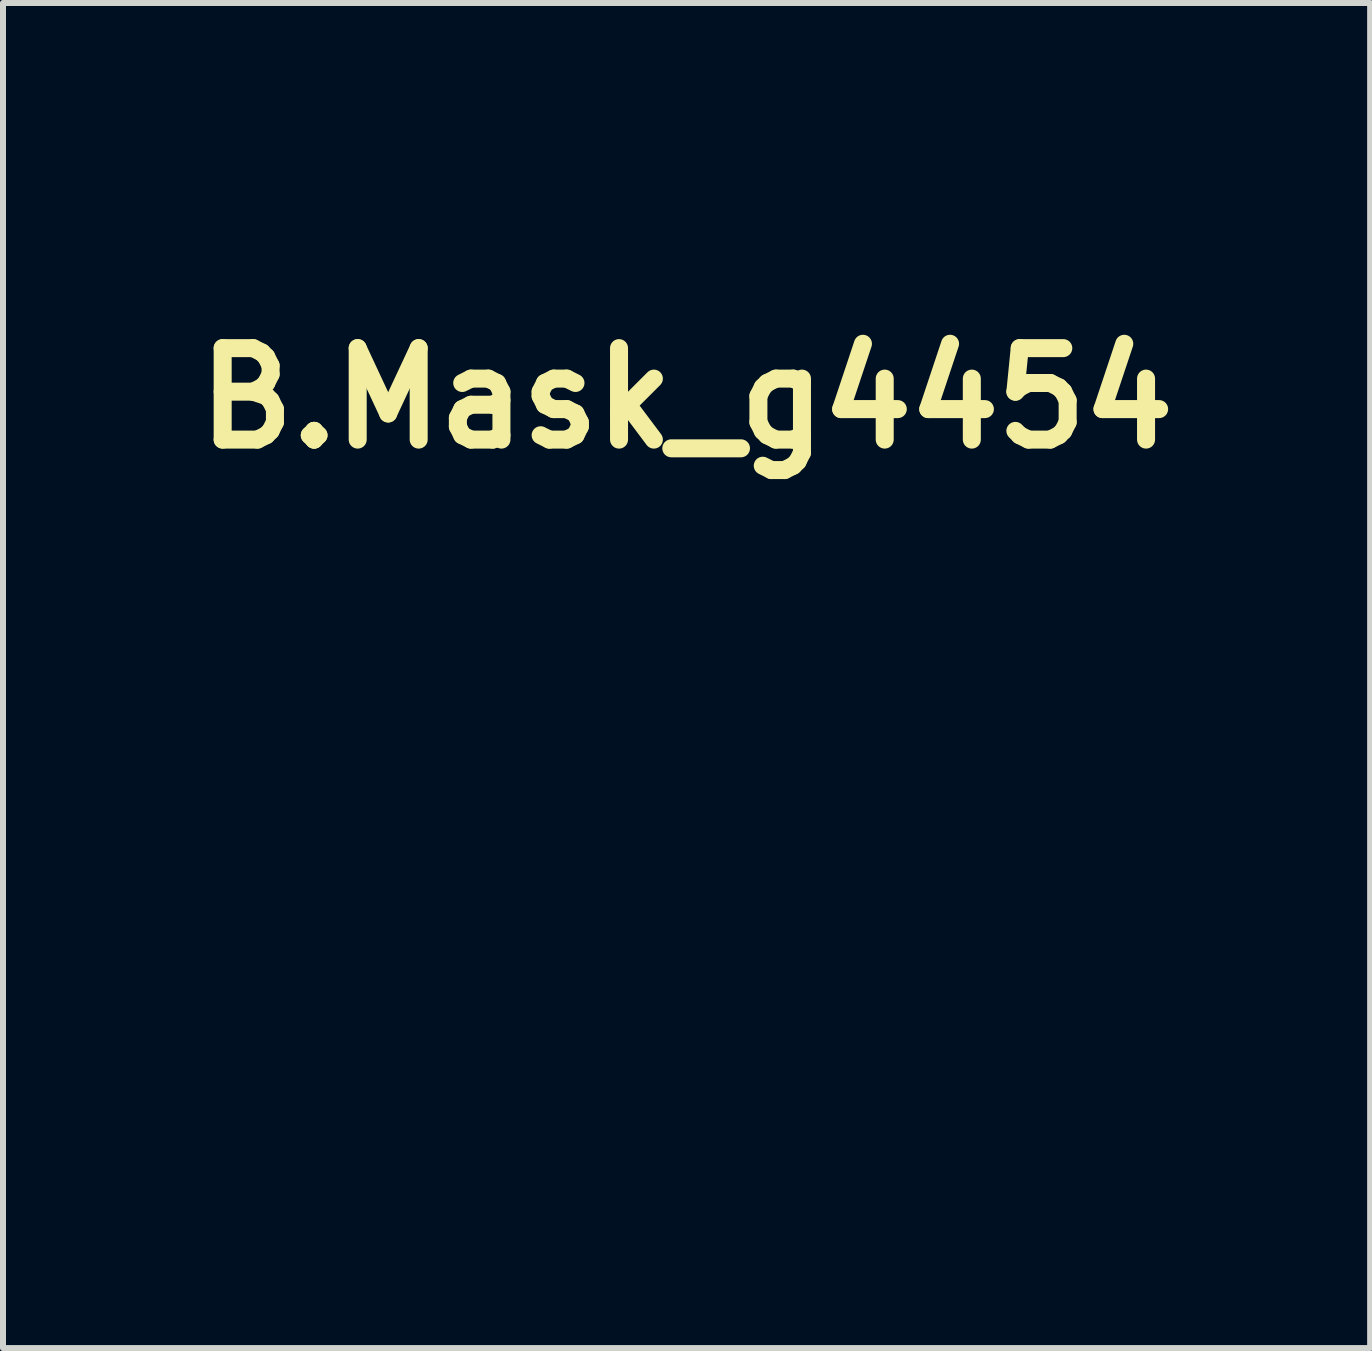
<source format=kicad_pcb>
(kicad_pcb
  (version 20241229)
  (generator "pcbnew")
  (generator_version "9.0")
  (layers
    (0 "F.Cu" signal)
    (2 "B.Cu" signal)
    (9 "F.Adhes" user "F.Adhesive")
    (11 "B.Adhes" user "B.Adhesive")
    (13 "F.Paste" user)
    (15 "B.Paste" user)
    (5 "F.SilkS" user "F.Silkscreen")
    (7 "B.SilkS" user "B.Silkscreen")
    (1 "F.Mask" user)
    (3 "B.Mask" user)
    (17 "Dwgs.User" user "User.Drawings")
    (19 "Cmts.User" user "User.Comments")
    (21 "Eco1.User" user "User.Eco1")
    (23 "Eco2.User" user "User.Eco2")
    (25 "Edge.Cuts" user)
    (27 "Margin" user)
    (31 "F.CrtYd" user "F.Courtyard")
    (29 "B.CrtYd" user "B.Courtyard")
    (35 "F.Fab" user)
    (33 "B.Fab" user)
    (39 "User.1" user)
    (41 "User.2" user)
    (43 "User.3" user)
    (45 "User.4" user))
  (footprint "B.Mask_g4454"
    (layer "F.Cu")
    (at 8.389 3.585)
    (property "Reference" "B.Mask_g4454" (at 0 0 0) (layer "F.SilkS") (effects (font (size 1.524 1.524) (thickness 0.3))))
    (attr through_hole)
    (fp_poly (pts (xy -0.172 -1.649) (xy -0.153 -1.639) (xy -0.148 -1.619) (xy -0.148 -1.617) (xy -0.16 -1.573) (xy -0.193 -1.503) (xy -0.241 -1.416) (xy -0.3 -1.318) (xy -0.366 -1.217) (xy -0.432 -1.119) (xy -0.496 -1.033) (xy -0.551 -0.966) (xy -0.593 -0.924) (xy -0.608 -0.915) (xy -0.636 -0.925) (xy -0.679 -0.959) (xy -0.708 -0.988) (xy -0.765 -1.061) (xy -0.82 -1.152) (xy -0.869 -1.248) (xy -0.903 -1.335) (xy -0.914 -1.385) (xy -0.911 -1.433) (xy -0.883 -1.471) (xy -0.852 -1.494) (xy -0.784 -1.529) (xy -0.686 -1.564) (xy -0.57 -1.597) (xy -0.447 -1.624) (xy -0.33 -1.642) (xy -0.291 -1.646) (xy -0.215 -1.651) (xy -0.172 -1.649)) (stroke (width 0.01) (type solid)) (fill yes) (layer "B.Mask"))
    (fp_poly (pts (xy 2.343 -2.579) (xy 2.346 -2.557) (xy 2.336 -2.52) (xy 2.31 -2.46) (xy 2.267 -2.372) (xy 2.254 -2.347) (xy 2.192 -2.229) (xy 2.12 -2.102) (xy 2.043 -1.973) (xy 1.964 -1.845) (xy 1.886 -1.726) (xy 1.813 -1.618) (xy 1.748 -1.529) (xy 1.695 -1.463) (xy 1.657 -1.425) (xy 1.642 -1.418) (xy 1.608 -1.433) (xy 1.584 -1.455) (xy 1.551 -1.501) (xy 1.502 -1.58) (xy 1.439 -1.686) (xy 1.366 -1.815) (xy 1.314 -1.909) (xy 1.226 -2.073) (xy 1.317 -2.14) (xy 1.377 -2.179) (xy 1.464 -2.228) (xy 1.569 -2.282) (xy 1.686 -2.339) (xy 1.81 -2.397) (xy 1.934 -2.452) (xy 2.051 -2.502) (xy 2.156 -2.544) (xy 2.242 -2.574) (xy 2.302 -2.591) (xy 2.33 -2.592) (xy 2.343 -2.579)) (stroke (width 0.01) (type solid)) (fill yes) (layer "B.Mask"))
    (fp_poly (pts (xy -6.796 -1.584) (xy -6.704 -1.572) (xy -6.577 -1.553) (xy -6.53 -1.545) (xy -6.342 -1.513) (xy -6.192 -1.484) (xy -6.077 -1.458) (xy -5.993 -1.434) (xy -5.935 -1.409) (xy -5.901 -1.384) (xy -5.886 -1.357) (xy -5.884 -1.343) (xy -5.895 -1.298) (xy -5.923 -1.226) (xy -5.965 -1.135) (xy -6.017 -1.031) (xy -6.076 -0.923) (xy -6.136 -0.817) (xy -6.195 -0.72) (xy -6.247 -0.639) (xy -6.29 -0.583) (xy -6.319 -0.557) (xy -6.32 -0.556) (xy -6.342 -0.569) (xy -6.38 -0.61) (xy -6.427 -0.672) (xy -6.449 -0.703) (xy -6.541 -0.841) (xy -6.63 -0.981) (xy -6.712 -1.117) (xy -6.785 -1.245) (xy -6.845 -1.357) (xy -6.89 -1.45) (xy -6.916 -1.516) (xy -6.921 -1.544) (xy -6.916 -1.567) (xy -6.897 -1.581) (xy -6.859 -1.586) (xy -6.796 -1.584)) (stroke (width 0.01) (type solid)) (fill yes) (layer "B.Mask"))
    (fp_poly (pts (xy -3.422 -1.246) (xy -3.313 -1.244) (xy -3.232 -1.242) (xy -3.186 -1.24) (xy -3.18 -1.239) (xy -3.13 -1.226) (xy -3.208 -1.084) (xy -3.254 -1.003) (xy -3.316 -0.899) (xy -3.388 -0.779) (xy -3.467 -0.652) (xy -3.546 -0.526) (xy -3.62 -0.41) (xy -3.684 -0.311) (xy -3.733 -0.239) (xy -3.741 -0.227) (xy -3.799 -0.152) (xy -3.844 -0.111) (xy -3.883 -0.103) (xy -3.923 -0.127) (xy -3.969 -0.175) (xy -4.032 -0.253) (xy -4.108 -0.36) (xy -4.193 -0.485) (xy -4.279 -0.618) (xy -4.361 -0.752) (xy -4.433 -0.875) (xy -4.481 -0.964) (xy -4.518 -1.036) (xy -4.547 -1.095) (xy -4.562 -1.14) (xy -4.562 -1.176) (xy -4.543 -1.201) (xy -4.502 -1.219) (xy -4.434 -1.231) (xy -4.337 -1.237) (xy -4.207 -1.241) (xy -4.042 -1.243) (xy -3.868 -1.245) (xy -3.706 -1.246) (xy -3.555 -1.246) (xy -3.422 -1.246)) (stroke (width 0.01) (type solid)) (fill yes) (layer "B.Mask"))
    (fp_poly (pts (xy 0.543 3.882) (xy 0.572 3.884) (xy 0.887 3.926) (xy 1.213 4.005) (xy 1.546 4.121) (xy 1.882 4.27) (xy 2.217 4.451) (xy 2.547 4.662) (xy 2.869 4.901) (xy 3.178 5.165) (xy 3.287 5.268) (xy 3.402 5.384) (xy 3.486 5.476) (xy 3.54 5.547) (xy 3.566 5.6) (xy 3.566 5.634) (xy 3.536 5.67) (xy 3.469 5.718) (xy 3.371 5.777) (xy 3.244 5.844) (xy 3.093 5.917) (xy 2.922 5.995) (xy 2.734 6.075) (xy 2.534 6.156) (xy 2.455 6.187) (xy 1.994 6.356) (xy 1.555 6.5) (xy 1.132 6.62) (xy 0.715 6.718) (xy 0.298 6.795) (xy -0.127 6.852) (xy -0.567 6.891) (xy -1.031 6.912) (xy -1.526 6.918) (xy -1.619 6.918) (xy -1.764 6.917) (xy -1.899 6.915) (xy -2.018 6.913) (xy -2.112 6.91) (xy -2.174 6.908) (xy -2.191 6.907) (xy -2.317 6.894) (xy -2.458 6.876) (xy -2.606 6.855) (xy -2.755 6.831) (xy -2.898 6.805) (xy -3.029 6.78) (xy -3.141 6.755) (xy -3.228 6.733) (xy -3.282 6.715) (xy -3.294 6.708) (xy -3.314 6.679) (xy -3.321 6.633) (xy -3.315 6.563) (xy -3.296 6.464) (xy -3.273 6.369) (xy -3.213 6.162) (xy -3.137 5.944) (xy -3.048 5.723) (xy -2.951 5.508) (xy -2.849 5.306) (xy -2.746 5.127) (xy -2.646 4.978) (xy -2.614 4.937) (xy -2.386 4.684) (xy -2.134 4.464) (xy -1.863 4.278) (xy -1.683 4.18) (xy -1.422 4.067) (xy -1.166 3.988) (xy -0.904 3.94) (xy -0.895 3.939) (xy -0.797 3.929) (xy -0.668 3.919) (xy -0.516 3.91) (xy -0.349 3.902) (xy -0.174 3.894) (xy 0.001 3.888) (xy 0.168 3.883) (xy 0.319 3.881) (xy 0.446 3.88) (xy 0.543 3.882)) (stroke (width 0.01) (type solid)) (fill yes) (layer "B.Mask"))
    (fp_poly (pts (xy 3.972 6.127) (xy 3.998 6.147) (xy 4.001 6.15) (xy 4.049 6.202) (xy 4.111 6.283) (xy 4.182 6.388) (xy 4.26 6.509) (xy 4.342 6.641) (xy 4.423 6.779) (xy 4.501 6.916) (xy 4.572 7.047) (xy 4.633 7.166) (xy 4.68 7.267) (xy 4.71 7.344) (xy 4.72 7.389) (xy 4.7 7.428) (xy 4.643 7.478) (xy 4.551 7.535) (xy 4.429 7.6) (xy 4.279 7.671) (xy 4.106 7.746) (xy 3.911 7.824) (xy 3.7 7.905) (xy 3.474 7.986) (xy 3.238 8.066) (xy 2.995 8.145) (xy 2.748 8.22) (xy 2.501 8.291) (xy 2.256 8.356) (xy 2.074 8.401) (xy 1.607 8.503) (xy 1.164 8.584) (xy 0.748 8.642) (xy 0.364 8.676) (xy 0.349 8.677) (xy 0.158 8.687) (xy -0.064 8.695) (xy -0.306 8.701) (xy -0.559 8.704) (xy -0.81 8.706) (xy -1.049 8.706) (xy -1.266 8.703) (xy -1.429 8.698) (xy -1.595 8.69) (xy -1.747 8.677) (xy -1.902 8.658) (xy -2.072 8.631) (xy -2.212 8.607) (xy -2.356 8.58) (xy -2.52 8.549) (xy -2.695 8.515) (xy -2.873 8.48) (xy -3.044 8.445) (xy -3.199 8.414) (xy -3.33 8.387) (xy -3.425 8.366) (xy -3.474 8.355) (xy -3.467 7.883) (xy -3.465 7.729) (xy -3.462 7.611) (xy -3.459 7.524) (xy -3.454 7.462) (xy -3.447 7.418) (xy -3.438 7.388) (xy -3.425 7.364) (xy -3.416 7.352) (xy -3.377 7.315) (xy -3.321 7.293) (xy -3.242 7.284) (xy -3.135 7.289) (xy -2.994 7.307) (xy -2.967 7.311) (xy -2.803 7.333) (xy -2.619 7.352) (xy -2.413 7.367) (xy -2.18 7.379) (xy -1.918 7.388) (xy -1.621 7.393) (xy -1.288 7.396) (xy -1.132 7.397) (xy -0.881 7.396) (xy -0.665 7.395) (xy -0.48 7.392) (xy -0.318 7.386) (xy -0.174 7.378) (xy -0.041 7.366) (xy 0.086 7.351) (xy 0.215 7.331) (xy 0.35 7.306) (xy 0.499 7.276) (xy 0.667 7.239) (xy 0.677 7.237) (xy 1.115 7.135) (xy 1.525 7.025) (xy 1.92 6.906) (xy 2.309 6.773) (xy 2.705 6.622) (xy 3.118 6.449) (xy 3.26 6.387) (xy 3.397 6.327) (xy 3.528 6.271) (xy 3.646 6.221) (xy 3.744 6.182) (xy 3.815 6.155) (xy 3.836 6.148) (xy 3.904 6.127) (xy 3.945 6.12) (xy 3.972 6.127)) (stroke (width 0.01) (type solid)) (fill yes) (layer "B.Mask"))
    (fp_poly (pts (xy 5.038 7.954) (xy 5.044 7.964) (xy 5.055 7.991) (xy 5.08 8.05) (xy 5.116 8.136) (xy 5.161 8.243) (xy 5.212 8.364) (xy 5.228 8.403) (xy 5.321 8.624) (xy 5.403 8.824) (xy 5.474 9) (xy 5.532 9.149) (xy 5.577 9.267) (xy 5.607 9.352) (xy 5.619 9.396) (xy 5.624 9.435) (xy 5.613 9.464) (xy 5.579 9.494) (xy 5.533 9.524) (xy 5.44 9.575) (xy 5.311 9.634) (xy 5.15 9.699) (xy 4.962 9.77) (xy 4.751 9.844) (xy 4.521 9.92) (xy 4.278 9.997) (xy 4.026 10.072) (xy 3.77 10.146) (xy 3.514 10.215) (xy 3.274 10.275) (xy 2.687 10.405) (xy 2.081 10.515) (xy 1.476 10.6) (xy 1.132 10.637) (xy 1.013 10.646) (xy 0.866 10.655) (xy 0.699 10.663) (xy 0.521 10.67) (xy 0.34 10.675) (xy 0.164 10.679) (xy -0.000468 10.681) (xy -0.144 10.681) (xy -0.259 10.679) (xy -0.318 10.676) (xy -0.739 10.64) (xy -1.129 10.596) (xy -1.499 10.54) (xy -1.86 10.472) (xy -2.223 10.389) (xy -2.598 10.289) (xy -2.685 10.265) (xy -2.904 10.2) (xy -3.083 10.142) (xy -3.223 10.092) (xy -3.325 10.048) (xy -3.391 10.01) (xy -3.418 9.984) (xy -3.436 9.935) (xy -3.452 9.851) (xy -3.467 9.738) (xy -3.479 9.603) (xy -3.487 9.452) (xy -3.492 9.293) (xy -3.493 9.215) (xy -3.493 9.099) (xy -3.489 9.013) (xy -3.478 8.953) (xy -3.452 8.918) (xy -3.407 8.903) (xy -3.338 8.905) (xy -3.24 8.923) (xy -3.107 8.951) (xy -3.059 8.962) (xy -2.865 9.002) (xy -2.683 9.037) (xy -2.507 9.065) (xy -2.329 9.089) (xy -2.143 9.108) (xy -1.944 9.124) (xy -1.724 9.136) (xy -1.477 9.146) (xy -1.197 9.153) (xy -1.058 9.157) (xy -0.803 9.16) (xy -0.536 9.16) (xy -0.264 9.157) (xy 0.006 9.151) (xy 0.267 9.142) (xy 0.511 9.131) (xy 0.732 9.117) (xy 0.922 9.102) (xy 1.016 9.092) (xy 1.339 9.047) (xy 1.675 8.987) (xy 2.029 8.909) (xy 2.402 8.815) (xy 2.798 8.702) (xy 3.22 8.571) (xy 3.671 8.419) (xy 4.153 8.247) (xy 4.412 8.151) (xy 4.559 8.096) (xy 4.694 8.047) (xy 4.811 8.004) (xy 4.906 7.971) (xy 4.972 7.948) (xy 5.005 7.938) (xy 5.008 7.938) (xy 5.038 7.954)) (stroke (width 0.01) (type solid)) (fill yes) (layer "B.Mask"))
    (fp_poly (pts (xy 5.778 10.066) (xy 5.846 10.105) (xy 5.903 10.178) (xy 5.917 10.204) (xy 5.946 10.279) (xy 5.971 10.384) (xy 5.992 10.505) (xy 6.007 10.63) (xy 6.011 10.741) (xy 6.008 10.835) (xy 5.994 10.909) (xy 5.966 10.984) (xy 5.946 11.024) (xy 5.853 11.169) (xy 5.719 11.312) (xy 5.547 11.453) (xy 5.338 11.591) (xy 5.094 11.726) (xy 4.817 11.856) (xy 4.509 11.982) (xy 4.172 12.102) (xy 3.808 12.216) (xy 3.418 12.322) (xy 3.005 12.421) (xy 2.57 12.512) (xy 2.115 12.594) (xy 1.643 12.666) (xy 1.386 12.699) (xy 1.061 12.737) (xy 0.745 12.766) (xy 0.427 12.789) (xy 0.095 12.804) (xy -0.261 12.814) (xy -0.434 12.817) (xy -0.625 12.819) (xy -0.781 12.821) (xy -0.908 12.821) (xy -1.012 12.82) (xy -1.1 12.817) (xy -1.179 12.811) (xy -1.255 12.803) (xy -1.335 12.792) (xy -1.425 12.779) (xy -1.503 12.766) (xy -1.792 12.718) (xy -2.058 12.669) (xy -2.301 12.622) (xy -2.515 12.576) (xy -2.698 12.532) (xy -2.848 12.491) (xy -2.961 12.454) (xy -3.02 12.428) (xy -3.124 12.358) (xy -3.206 12.262) (xy -3.271 12.137) (xy -3.32 11.976) (xy -3.332 11.925) (xy -3.361 11.772) (xy -3.388 11.606) (xy -3.411 11.439) (xy -3.429 11.278) (xy -3.442 11.135) (xy -3.447 11.018) (xy -3.447 10.968) (xy -3.442 10.88) (xy -3.435 10.823) (xy -3.421 10.785) (xy -3.397 10.754) (xy -3.37 10.73) (xy -3.327 10.695) (xy -3.288 10.676) (xy -3.242 10.673) (xy -3.179 10.686) (xy -3.09 10.714) (xy -3.068 10.722) (xy -2.852 10.789) (xy -2.601 10.855) (xy -2.32 10.919) (xy -2.016 10.98) (xy -1.694 11.037) (xy -1.362 11.089) (xy -1.025 11.135) (xy -0.69 11.172) (xy -0.392 11.199) (xy -0.22 11.209) (xy -0.017 11.214) (xy 0.208 11.215) (xy 0.444 11.211) (xy 0.681 11.203) (xy 0.91 11.192) (xy 1.12 11.177) (xy 1.238 11.166) (xy 1.672 11.113) (xy 2.111 11.047) (xy 2.548 10.969) (xy 2.977 10.881) (xy 3.393 10.784) (xy 3.789 10.679) (xy 4.159 10.568) (xy 4.498 10.451) (xy 4.731 10.361) (xy 4.927 10.282) (xy 5.112 10.213) (xy 5.283 10.154) (xy 5.434 10.107) (xy 5.559 10.074) (xy 5.654 10.057) (xy 5.689 10.054) (xy 5.778 10.066)) (stroke (width 0.01) (type solid)) (fill yes) (layer "B.Mask"))
    (fp_poly (pts (xy 4.093 -3.436) (xy 4.09 -3.369) (xy 4.084 -3.269) (xy 4.078 -3.146) (xy 4.071 -3.009) (xy 4.063 -2.868) (xy 4.029 -2.416) (xy 3.978 -1.991) (xy 3.909 -1.595) (xy 3.823 -1.231) (xy 3.72 -0.902) (xy 3.602 -0.609) (xy 3.599 -0.603) (xy 3.487 -0.393) (xy 3.343 -0.174) (xy 3.174 0.047) (xy 2.984 0.261) (xy 2.967 0.279) (xy 2.733 0.509) (xy 2.5 0.71) (xy 2.264 0.885) (xy 2.017 1.036) (xy 1.757 1.166) (xy 1.476 1.278) (xy 1.169 1.374) (xy 0.832 1.458) (xy 0.459 1.531) (xy 0.445 1.534) (xy 0.056 1.591) (xy -0.335 1.628) (xy -0.742 1.646) (xy -1.014 1.648) (xy -1.164 1.647) (xy -1.31 1.644) (xy -1.444 1.64) (xy -1.557 1.635) (xy -1.638 1.63) (xy -1.656 1.628) (xy -1.902 1.595) (xy -2.173 1.548) (xy -2.458 1.488) (xy -2.744 1.418) (xy -3.018 1.342) (xy -3.09 1.32) (xy -3.282 1.257) (xy -3.486 1.185) (xy -3.699 1.105) (xy -3.913 1.021) (xy -4.123 0.934) (xy -4.324 0.847) (xy -4.509 0.763) (xy -4.673 0.684) (xy -4.81 0.612) (xy -4.914 0.551) (xy -4.937 0.536) (xy -5.039 0.461) (xy -5.153 0.374) (xy -5.274 0.277) (xy -5.398 0.176) (xy -5.52 0.072) (xy -5.636 -0.029) (xy -5.742 -0.123) (xy -5.832 -0.208) (xy -5.903 -0.278) (xy -5.95 -0.33) (xy -5.969 -0.36) (xy -5.969 -0.362) (xy -5.957 -0.393) (xy -5.925 -0.449) (xy -5.878 -0.52) (xy -5.847 -0.563) (xy -5.789 -0.644) (xy -5.715 -0.748) (xy -5.636 -0.862) (xy -5.559 -0.974) (xy -5.546 -0.993) (xy -5.457 -1.118) (xy -5.383 -1.21) (xy -5.314 -1.276) (xy -5.246 -1.321) (xy -5.172 -1.349) (xy -5.084 -1.367) (xy -5.075 -1.368) (xy -4.976 -1.372) (xy -4.902 -1.35) (xy -4.844 -1.297) (xy -4.793 -1.207) (xy -4.789 -1.199) (xy -4.683 -0.976) (xy -4.569 -0.759) (xy -4.45 -0.553) (xy -4.328 -0.362) (xy -4.207 -0.19) (xy -4.09 -0.041) (xy -3.979 0.08) (xy -3.878 0.168) (xy -3.813 0.21) (xy -3.719 0.247) (xy -3.644 0.251) (xy -3.578 0.219) (xy -3.537 0.179) (xy -3.463 0.086) (xy -3.373 -0.042) (xy -3.271 -0.197) (xy -3.161 -0.377) (xy -3.044 -0.575) (xy -2.925 -0.788) (xy -2.858 -0.91) (xy -2.803 -1.012) (xy -2.753 -1.101) (xy -2.712 -1.171) (xy -2.685 -1.215) (xy -2.678 -1.225) (xy -2.649 -1.237) (xy -2.582 -1.254) (xy -2.483 -1.275) (xy -2.355 -1.3) (xy -2.202 -1.328) (xy -2.102 -1.345) (xy -1.947 -1.371) (xy -1.799 -1.397) (xy -1.665 -1.422) (xy -1.552 -1.444) (xy -1.469 -1.461) (xy -1.427 -1.471) (xy -1.354 -1.492) (xy -1.298 -1.505) (xy -1.255 -1.506) (xy -1.219 -1.49) (xy -1.183 -1.454) (xy -1.142 -1.393) (xy -1.09 -1.305) (xy -1.028 -1.197) (xy -0.968 -1.098) (xy -0.895 -0.991) (xy -0.816 -0.883) (xy -0.737 -0.781) (xy -0.663 -0.692) (xy -0.6 -0.625) (xy -0.556 -0.587) (xy -0.5 -0.561) (xy -0.452 -0.55) (xy -0.41 -0.568) (xy -0.349 -0.617) (xy -0.275 -0.693) (xy -0.191 -0.792) (xy -0.101 -0.909) (xy -0.01 -1.04) (xy 0.013 -1.074) (xy 0.12 -1.237) (xy 0.207 -1.37) (xy 0.278 -1.476) (xy 0.336 -1.56) (xy 0.383 -1.627) (xy 0.423 -1.681) (xy 0.46 -1.727) (xy 0.496 -1.769) (xy 0.518 -1.792) (xy 0.569 -1.844) (xy 0.638 -1.905) (xy 0.715 -1.969) (xy 0.794 -2.031) (xy 0.866 -2.084) (xy 0.924 -2.121) (xy 0.958 -2.138) (xy 0.961 -2.138) (xy 0.976 -2.121) (xy 1.003 -2.076) (xy 1.027 -2.031) (xy 1.085 -1.926) (xy 1.157 -1.808) (xy 1.238 -1.685) (xy 1.323 -1.563) (xy 1.407 -1.45) (xy 1.485 -1.353) (xy 1.551 -1.28) (xy 1.591 -1.243) (xy 1.66 -1.201) (xy 1.735 -1.167) (xy 1.743 -1.165) (xy 1.808 -1.151) (xy 1.872 -1.156) (xy 1.937 -1.181) (xy 2.004 -1.228) (xy 2.077 -1.299) (xy 2.156 -1.397) (xy 2.243 -1.525) (xy 2.341 -1.683) (xy 2.451 -1.875) (xy 2.576 -2.102) (xy 2.632 -2.208) (xy 2.75 -2.426) (xy 2.852 -2.609) (xy 2.941 -2.76) (xy 3.017 -2.879) (xy 3.083 -2.972) (xy 3.141 -3.04) (xy 3.187 -3.083) (xy 3.294 -3.161) (xy 3.418 -3.244) (xy 3.551 -3.326) (xy 3.686 -3.403) (xy 3.815 -3.471) (xy 3.928 -3.525) (xy 4.019 -3.56) (xy 4.045 -3.567) (xy 4.101 -3.58) (xy 4.093 -3.436)) (stroke (width 0.01) (type solid)) (fill yes) (layer "B.Mask")))
  (gr_rect
    (start -3 -3)
    (end 19.779 19.411)
    (stroke (width 0.1) (type default))
    (fill no)
    (layer "Edge.Cuts")))
</source>
